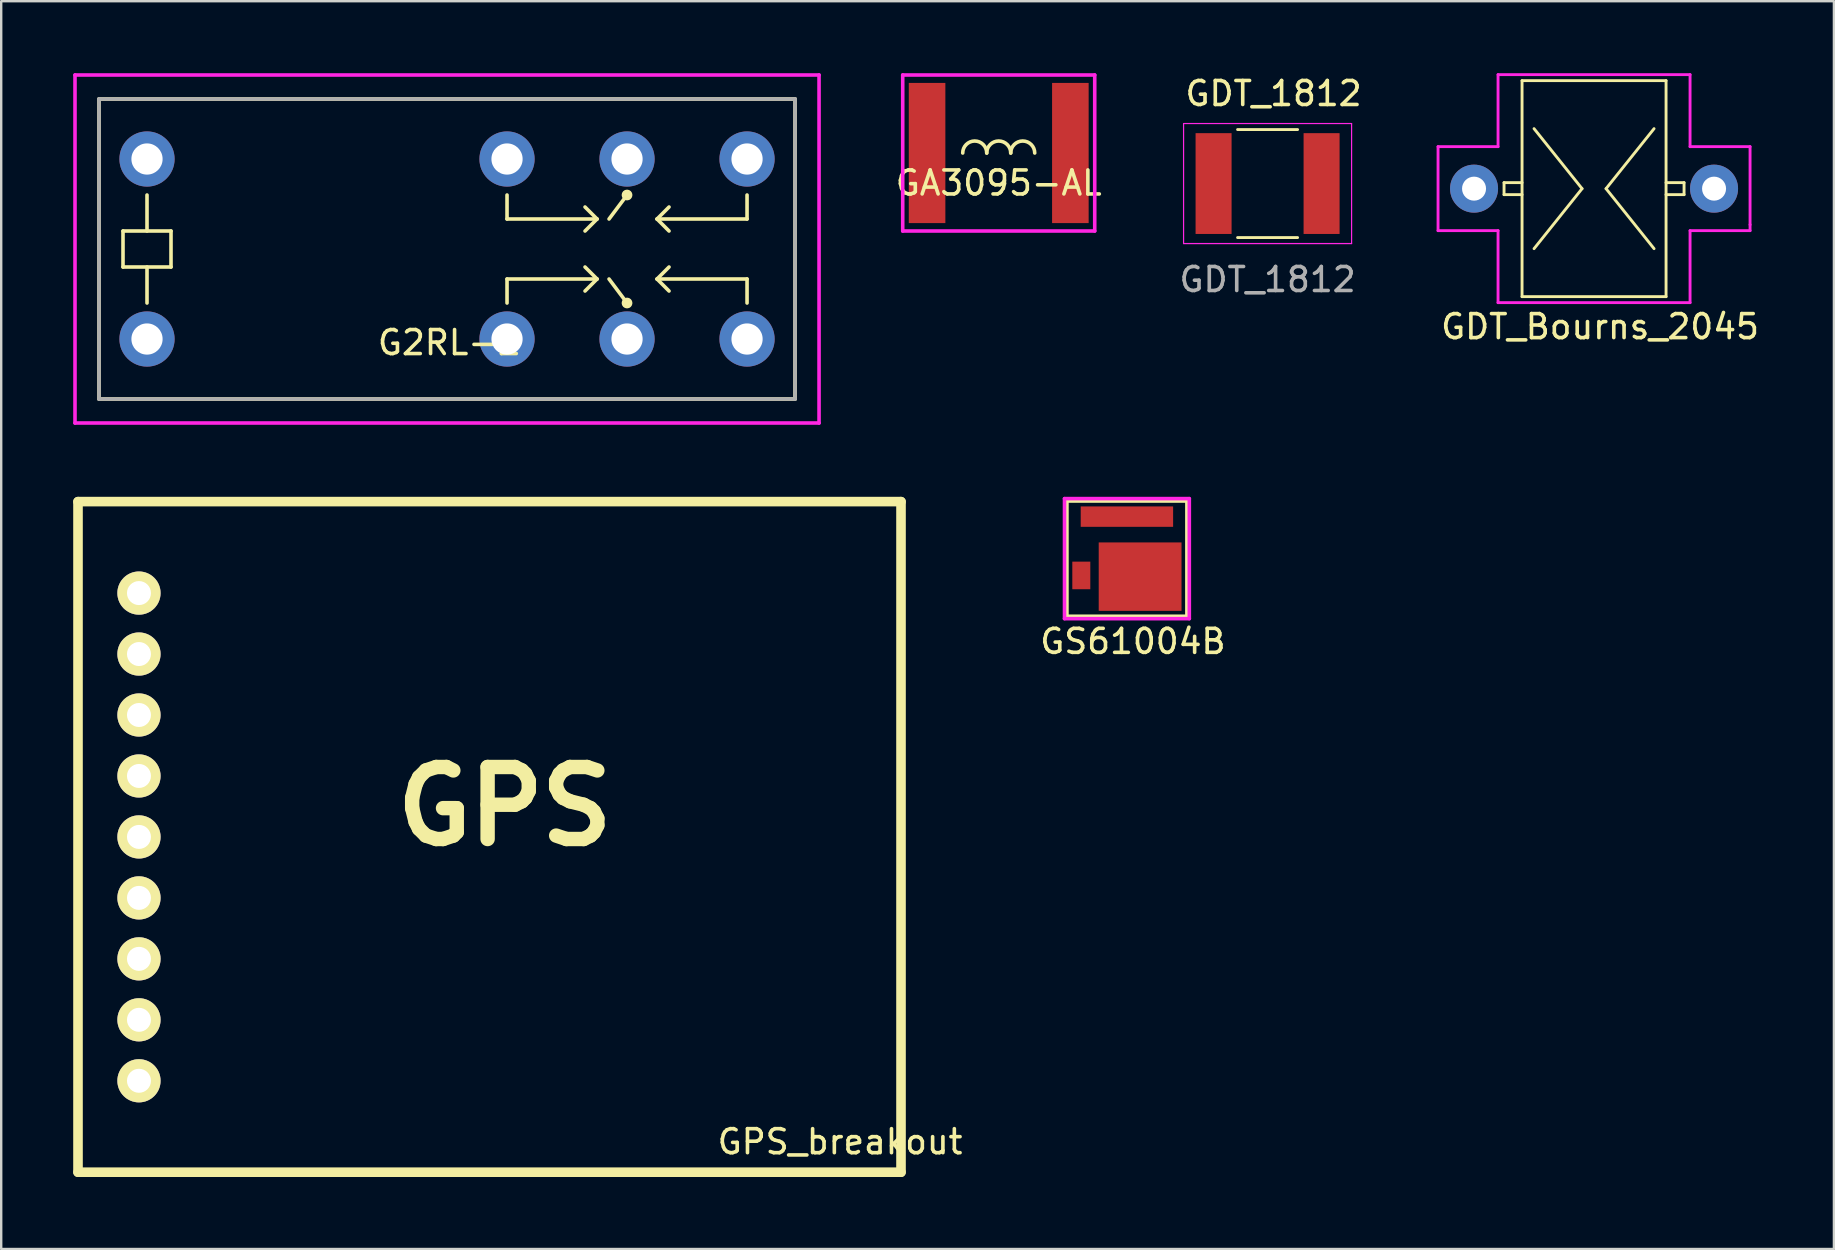
<source format=kicad_pcb>
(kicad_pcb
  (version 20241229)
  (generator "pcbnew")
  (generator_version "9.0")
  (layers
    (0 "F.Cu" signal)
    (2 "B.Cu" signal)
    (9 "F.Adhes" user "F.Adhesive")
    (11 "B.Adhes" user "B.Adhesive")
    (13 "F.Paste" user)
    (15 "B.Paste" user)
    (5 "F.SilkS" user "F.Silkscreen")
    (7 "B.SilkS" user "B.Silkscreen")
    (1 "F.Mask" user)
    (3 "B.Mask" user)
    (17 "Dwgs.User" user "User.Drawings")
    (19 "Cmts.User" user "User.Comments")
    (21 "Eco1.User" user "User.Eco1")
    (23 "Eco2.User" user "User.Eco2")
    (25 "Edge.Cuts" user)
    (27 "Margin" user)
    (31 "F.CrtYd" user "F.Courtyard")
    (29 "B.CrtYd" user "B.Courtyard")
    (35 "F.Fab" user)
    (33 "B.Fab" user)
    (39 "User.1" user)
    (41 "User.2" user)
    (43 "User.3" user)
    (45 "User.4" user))
  (footprint "GPS_breakout"
    (layer "F.Cu")
    (at 17.98 31.82)
    (property "Reference" "GPS_breakout" (at 13.97 12.7 0) (layer "F.SilkS") (effects (font (size 1 1) (thickness 0.15))))
    (attr through_hole)
    (fp_line (start -17.78 -13.97) (end 16.51 -13.97) (stroke (width 0.4) (type solid)) (layer "F.SilkS"))
    (fp_line (start -17.78 13.97) (end -17.78 -13.97) (stroke (width 0.4) (type solid)) (layer "F.SilkS"))
    (fp_line (start 16.51 -13.97) (end 16.51 13.97) (stroke (width 0.4) (type solid)) (layer "F.SilkS"))
    (fp_line (start 16.51 13.97) (end -17.78 13.97) (stroke (width 0.4) (type solid)) (layer "F.SilkS"))
    (fp_text user "GPS" (at 0 -1.27 0) (layer "F.SilkS") (effects (font (size 3 3) (thickness 0.6))))
    (pad "1" thru_hole circle (at -15.24 -10.16) (size 1.8 1.8) (drill 1) (layers "*.Cu" "*.Mask" "F.SilkS"))
    (pad "2" thru_hole circle (at -15.24 -7.62) (size 1.8 1.8) (drill 1) (layers "*.Cu" "*.Mask" "F.SilkS"))
    (pad "3" thru_hole circle (at -15.24 -5.08) (size 1.8 1.8) (drill 1) (layers "*.Cu" "*.Mask" "F.SilkS"))
    (pad "4" thru_hole circle (at -15.24 -2.54) (size 1.8 1.8) (drill 1) (layers "*.Cu" "*.Mask" "F.SilkS"))
    (pad "5" thru_hole circle (at -15.24 0) (size 1.8 1.8) (drill 1) (layers "*.Cu" "*.Mask" "F.SilkS"))
    (pad "6" thru_hole circle (at -15.24 2.54) (size 1.8 1.8) (drill 1) (layers "*.Cu" "*.Mask" "F.SilkS"))
    (pad "7" thru_hole circle (at -15.24 5.08) (size 1.8 1.8) (drill 1) (layers "*.Cu" "*.Mask" "F.SilkS"))
    (pad "8" thru_hole circle (at -15.24 7.62) (size 1.8 1.8) (drill 1) (layers "*.Cu" "*.Mask" "F.SilkS"))
    (pad "9" thru_hole circle (at -15.24 10.16) (size 1.8 1.8) (drill 1) (layers "*.Cu" "*.Mask" "F.SilkS")))
  (footprint "G2RL-2"
    (layer "F.Cu")
    (at 15.575 7.325)
    (property "Reference" "G2RL-2" (at 0.1 3.9 0) (layer "F.SilkS") (effects (font (size 1 1) (thickness 0.15))))
    (attr through_hole)
    (fp_line (start -14.5 -6.25) (end 14.5 -6.25) (stroke (width 0.15) (type solid)) (layer "F.SilkS"))
    (fp_line (start -14.5 6.25) (end -14.5 -6.25) (stroke (width 0.15) (type solid)) (layer "F.SilkS"))
    (fp_line (start -13.5 -0.75) (end -11.5 -0.75) (stroke (width 0.15) (type solid)) (layer "F.SilkS"))
    (fp_line (start -13.5 0.75) (end -13.5 -0.75) (stroke (width 0.15) (type solid)) (layer "F.SilkS"))
    (fp_line (start -12.5 -2.25) (end -12.5 -0.75) (stroke (width 0.15) (type solid)) (layer "F.SilkS"))
    (fp_line (start -12.5 0.75) (end -12.5 2.25) (stroke (width 0.15) (type solid)) (layer "F.SilkS"))
    (fp_line (start -11.5 -0.75) (end -11.5 0.75) (stroke (width 0.15) (type solid)) (layer "F.SilkS"))
    (fp_line (start -11.5 0.75) (end -13.5 0.75) (stroke (width 0.15) (type solid)) (layer "F.SilkS"))
    (fp_line (start 2.5 -2.25) (end 2.5 -1.25) (stroke (width 0.15) (type solid)) (layer "F.SilkS"))
    (fp_line (start 2.5 1.25) (end 6.25 1.25) (stroke (width 0.15) (type solid)) (layer "F.SilkS"))
    (fp_line (start 2.5 2.25) (end 2.5 1.25) (stroke (width 0.15) (type solid)) (layer "F.SilkS"))
    (fp_line (start 6.25 -1.25) (end 2.5 -1.25) (stroke (width 0.15) (type solid)) (layer "F.SilkS"))
    (fp_line (start 6.25 -1.25) (end 5.75 -1.75) (stroke (width 0.15) (type solid)) (layer "F.SilkS"))
    (fp_line (start 6.25 -1.25) (end 5.75 -0.75) (stroke (width 0.15) (type solid)) (layer "F.SilkS"))
    (fp_line (start 6.25 1.25) (end 5.75 0.75) (stroke (width 0.15) (type solid)) (layer "F.SilkS"))
    (fp_line (start 6.25 1.25) (end 5.75 1.75) (stroke (width 0.15) (type solid)) (layer "F.SilkS"))
    (fp_line (start 7.5 -2.25) (end 6.75 -1.25) (stroke (width 0.15) (type solid)) (layer "F.SilkS"))
    (fp_line (start 7.5 2.25) (end 6.75 1.25) (stroke (width 0.15) (type solid)) (layer "F.SilkS"))
    (fp_line (start 8.75 -1.25) (end 9.25 -1.75) (stroke (width 0.15) (type solid)) (layer "F.SilkS"))
    (fp_line (start 8.75 -1.25) (end 9.25 -0.75) (stroke (width 0.15) (type solid)) (layer "F.SilkS"))
    (fp_line (start 8.75 -1.25) (end 12.5 -1.25) (stroke (width 0.15) (type solid)) (layer "F.SilkS"))
    (fp_line (start 8.75 1.25) (end 9.25 0.75) (stroke (width 0.15) (type solid)) (layer "F.SilkS"))
    (fp_line (start 8.75 1.25) (end 9.25 1.75) (stroke (width 0.15) (type solid)) (layer "F.SilkS"))
    (fp_line (start 12.5 -1.25) (end 12.5 -2.25) (stroke (width 0.15) (type solid)) (layer "F.SilkS"))
    (fp_line (start 12.5 1.25) (end 8.75 1.25) (stroke (width 0.15) (type solid)) (layer "F.SilkS"))
    (fp_line (start 12.5 2.25) (end 12.5 1.25) (stroke (width 0.15) (type solid)) (layer "F.SilkS"))
    (fp_line (start 14.5 -6.25) (end 14.5 6.25) (stroke (width 0.15) (type solid)) (layer "F.SilkS"))
    (fp_line (start 14.5 6.25) (end -14.5 6.25) (stroke (width 0.15) (type solid)) (layer "F.SilkS"))
    (fp_circle (center 7.5 -2.25) (end 7.625 -2.25) (stroke (width 0.2) (type solid)) (fill no) (layer "F.SilkS"))
    (fp_circle (center 7.5 2.25) (end 7.625 2.25) (stroke (width 0.2) (type solid)) (fill no) (layer "F.SilkS"))
    (fp_line (start -15.5 -7.25) (end 15.5 -7.25) (stroke (width 0.15) (type solid)) (layer "F.CrtYd"))
    (fp_line (start -15.5 7.25) (end -15.5 -7.25) (stroke (width 0.15) (type solid)) (layer "F.CrtYd"))
    (fp_line (start 15.5 -7.25) (end 15.5 7.25) (stroke (width 0.15) (type solid)) (layer "F.CrtYd"))
    (fp_line (start 15.5 7.25) (end -15.5 7.25) (stroke (width 0.15) (type solid)) (layer "F.CrtYd"))
    (fp_line (start -14.5 -6.25) (end 14.5 -6.25) (stroke (width 0.15) (type solid)) (layer "F.Fab"))
    (fp_line (start -14.5 6.25) (end -14.5 -6.25) (stroke (width 0.15) (type solid)) (layer "F.Fab"))
    (fp_line (start 14.5 -6.25) (end 14.5 6.25) (stroke (width 0.15) (type solid)) (layer "F.Fab"))
    (fp_line (start 14.5 6.25) (end -14.5 6.25) (stroke (width 0.15) (type solid)) (layer "F.Fab"))
    (pad "1" thru_hole circle (at -12.5 -3.75) (size 2.3 2.3) (drill 1.3) (layers "*.Cu" "*.Mask"))
    (pad "2" thru_hole circle (at 2.5 -3.75) (size 2.3 2.3) (drill 1.3) (layers "*.Cu" "*.Mask"))
    (pad "3" thru_hole circle (at 7.5 -3.75) (size 2.3 2.3) (drill 1.3) (layers "*.Cu" "*.Mask"))
    (pad "4" thru_hole circle (at 12.5 -3.75) (size 2.3 2.3) (drill 1.3) (layers "*.Cu" "*.Mask"))
    (pad "5" thru_hole circle (at 12.5 3.75) (size 2.3 2.3) (drill 1.3) (layers "*.Cu" "*.Mask"))
    (pad "6" thru_hole circle (at 7.5 3.75) (size 2.3 2.3) (drill 1.3) (layers "*.Cu" "*.Mask"))
    (pad "7" thru_hole circle (at 2.5 3.75) (size 2.3 2.3) (drill 1.3) (layers "*.Cu" "*.Mask"))
    (pad "8" thru_hole circle (at -12.5 3.75) (size 2.3 2.3) (drill 1.3) (layers "*.Cu" "*.Mask")))
  (footprint "GA3095-AL"
    (layer "F.Cu")
    (at 38.561 3.325)
    (property "Reference" "GA3095-AL" (at 0 1.25 0) (layer "F.SilkS") (effects (font (size 1 1) (thickness 0.15))))
    (attr through_hole)
    (fp_arc (start -1.5 0) (mid -1 -0.5) (end -0.5 0) (stroke (width 0.15) (type solid)) (layer "F.SilkS"))
    (fp_arc (start -0.5 0) (mid 0 -0.5) (end 0.5 0) (stroke (width 0.15) (type solid)) (layer "F.SilkS"))
    (fp_arc (start 0.5 0) (mid 1 -0.5) (end 1.5 0) (stroke (width 0.15) (type solid)) (layer "F.SilkS"))
    (fp_line (start -4 -3.25) (end -4 3.25) (stroke (width 0.15) (type solid)) (layer "F.CrtYd"))
    (fp_line (start -4 3.25) (end 4 3.25) (stroke (width 0.15) (type solid)) (layer "F.CrtYd"))
    (fp_line (start 4 -3.25) (end -4 -3.25) (stroke (width 0.15) (type solid)) (layer "F.CrtYd"))
    (fp_line (start 4 3.25) (end 4 -3.25) (stroke (width 0.15) (type solid)) (layer "F.CrtYd"))
    (pad "1" smd rect (at -2.985 0) (size 1.524 5.84) (layers "F.Cu" "F.Mask" "F.Paste"))
    (pad "2" smd rect (at 2.985 0) (size 1.524 5.84) (layers "F.Cu" "F.Mask" "F.Paste")))
  (footprint "GS61004B"
    (layer "F.Cu")
    (at 43.902 20.225)
    (property "Reference" "GS61004B" (at 0.25 3.45 0) (layer "F.SilkS") (effects (font (size 1 1) (thickness 0.15))))
    (attr through_hole)
    (fp_line (start -2.5 -2.4) (end 2.5 -2.4) (stroke (width 0.15) (type solid)) (layer "F.SilkS"))
    (fp_line (start -2.5 2.4) (end -2.5 -2.4) (stroke (width 0.15) (type solid)) (layer "F.SilkS"))
    (fp_line (start 2.5 -2.4) (end 2.5 2.4) (stroke (width 0.15) (type solid)) (layer "F.SilkS"))
    (fp_line (start 2.5 2.4) (end -2.5 2.4) (stroke (width 0.15) (type solid)) (layer "F.SilkS"))
    (fp_line (start -2.6 -2.5) (end 2.6 -2.5) (stroke (width 0.15) (type solid)) (layer "F.CrtYd"))
    (fp_line (start -2.6 2.5) (end -2.6 -2.5) (stroke (width 0.15) (type solid)) (layer "F.CrtYd"))
    (fp_line (start 2.6 -2.5) (end 2.6 2.5) (stroke (width 0.15) (type solid)) (layer "F.CrtYd"))
    (fp_line (start 2.6 2.5) (end -2.6 2.5) (stroke (width 0.15) (type solid)) (layer "F.CrtYd"))
    (pad "1" smd rect (at 0 -1.75) (size 3.85 0.85) (layers "F.Cu" "F.Mask" "F.Paste"))
    (pad "2" smd rect (at -1.9 0.7) (size 0.75 1.15) (layers "F.Cu" "F.Mask" "F.Paste"))
    (pad "3" smd rect (at 0.55 0.75) (size 3.45 2.85) (layers "F.Cu" "F.Mask" "F.Paste")))
  (footprint "GDT_Bourns_2045"
    (layer "F.Cu")
    (at 63.365 4.81)
    (property "Reference" "GDT_Bourns_2045" (at 0.25 5.75 0) (layer "F.SilkS") (effects (font (size 1 1) (thickness 0.15))))
    (attr through_hole)
    (fp_line (start -3.75 -0.25) (end -3 -0.25) (stroke (width 0.12) (type solid)) (layer "F.SilkS"))
    (fp_line (start -3.75 0.25) (end -3.75 -0.25) (stroke (width 0.12) (type solid)) (layer "F.SilkS"))
    (fp_line (start -3 -4.5) (end 3 -4.5) (stroke (width 0.12) (type solid)) (layer "F.SilkS"))
    (fp_line (start -3 0.25) (end -3.75 0.25) (stroke (width 0.12) (type solid)) (layer "F.SilkS"))
    (fp_line (start -3 4.5) (end -3 -4.5) (stroke (width 0.12) (type solid)) (layer "F.SilkS"))
    (fp_line (start -2.5 -2.5) (end -0.5 0) (stroke (width 0.12) (type solid)) (layer "F.SilkS"))
    (fp_line (start -0.5 0) (end -2.5 2.5) (stroke (width 0.12) (type solid)) (layer "F.SilkS"))
    (fp_line (start 0.5 0) (end 2.5 -2.5) (stroke (width 0.12) (type solid)) (layer "F.SilkS"))
    (fp_line (start 0.5 0) (end 2.5 2.5) (stroke (width 0.12) (type solid)) (layer "F.SilkS"))
    (fp_line (start 3 -4.5) (end 3 4.5) (stroke (width 0.12) (type solid)) (layer "F.SilkS"))
    (fp_line (start 3 -0.25) (end 3.75 -0.25) (stroke (width 0.12) (type solid)) (layer "F.SilkS"))
    (fp_line (start 3 4.5) (end -3 4.5) (stroke (width 0.12) (type solid)) (layer "F.SilkS"))
    (fp_line (start 3.75 -0.25) (end 3.75 0.25) (stroke (width 0.12) (type solid)) (layer "F.SilkS"))
    (fp_line (start 3.75 0.25) (end 3 0.25) (stroke (width 0.12) (type solid)) (layer "F.SilkS"))
    (fp_line (start -6.5 -1.75) (end -4 -1.75) (stroke (width 0.12) (type solid)) (layer "F.CrtYd"))
    (fp_line (start -6.5 1.75) (end -6.5 -1.75) (stroke (width 0.12) (type solid)) (layer "F.CrtYd"))
    (fp_line (start -4 -4.75) (end 4 -4.75) (stroke (width 0.12) (type solid)) (layer "F.CrtYd"))
    (fp_line (start -4 -1.75) (end -4 -4.75) (stroke (width 0.12) (type solid)) (layer "F.CrtYd"))
    (fp_line (start -4 1.75) (end -6.5 1.75) (stroke (width 0.12) (type solid)) (layer "F.CrtYd"))
    (fp_line (start -4 4.75) (end -4 1.75) (stroke (width 0.12) (type solid)) (layer "F.CrtYd"))
    (fp_line (start 4 -4.75) (end 4 -1.75) (stroke (width 0.12) (type solid)) (layer "F.CrtYd"))
    (fp_line (start 4 -1.75) (end 6.5 -1.75) (stroke (width 0.12) (type solid)) (layer "F.CrtYd"))
    (fp_line (start 4 1.75) (end 4 4.75) (stroke (width 0.12) (type solid)) (layer "F.CrtYd"))
    (fp_line (start 4 4.75) (end -4 4.75) (stroke (width 0.12) (type solid)) (layer "F.CrtYd"))
    (fp_line (start 6.5 -1.75) (end 6.5 1.5) (stroke (width 0.12) (type solid)) (layer "F.CrtYd"))
    (fp_line (start 6.5 1.5) (end 6.5 1.75) (stroke (width 0.12) (type solid)) (layer "F.CrtYd"))
    (fp_line (start 6.5 1.75) (end 4 1.75) (stroke (width 0.12) (type solid)) (layer "F.CrtYd"))
    (pad "1" thru_hole circle (at -5 0) (size 2 2) (drill 1) (layers "*.Cu" "*.Mask"))
    (pad "2" thru_hole circle (at 5 0) (size 2 2) (drill 1) (layers "*.Cu" "*.Mask")))
  (footprint "GDT_1812"
    (layer "F.Cu")
    (at 49.763 4.598)
    (property "Reference" "GDT_1812" (at 0.25 -3.75 0) (unlocked yes) (layer "F.SilkS") (effects (font (size 1 1) (thickness 0.15))))
    (attr smd)
    (fp_line (start -1.25 -2.25) (end 1.25 -2.25) (stroke (width 0.12) (type solid)) (layer "F.SilkS"))
    (fp_line (start -1.25 2.25) (end 1.25 2.25) (stroke (width 0.12) (type solid)) (layer "F.SilkS"))
    (fp_line (start -3.5 -2.5) (end -3.5 2.5) (stroke (width 0.05) (type solid)) (layer "F.CrtYd"))
    (fp_line (start -3.5 2.5) (end 3.5 2.5) (stroke (width 0.05) (type solid)) (layer "F.CrtYd"))
    (fp_line (start 3.5 -2.5) (end -3.5 -2.5) (stroke (width 0.05) (type solid)) (layer "F.CrtYd"))
    (fp_line (start 3.5 2.5) (end 3.5 -2.5) (stroke (width 0.05) (type solid)) (layer "F.CrtYd"))
    (fp_text user "${REFERENCE}" (at 0 4 0) (unlocked yes) (layer "F.Fab") (effects (font (size 1 1) (thickness 0.15))))
    (pad "1" smd rect (at -2.25 0) (size 1.5 4.2) (layers "F.Cu" "F.Mask" "F.Paste"))
    (pad "2" smd rect (at 2.25 0) (size 1.5 4.2) (layers "F.Cu" "F.Mask" "F.Paste")))
  (gr_rect
    (start -3 -3)
    (end 73.359 48.99)
    (stroke (width 0.1) (type default))
    (fill no)
    (layer "Edge.Cuts")))
</source>
